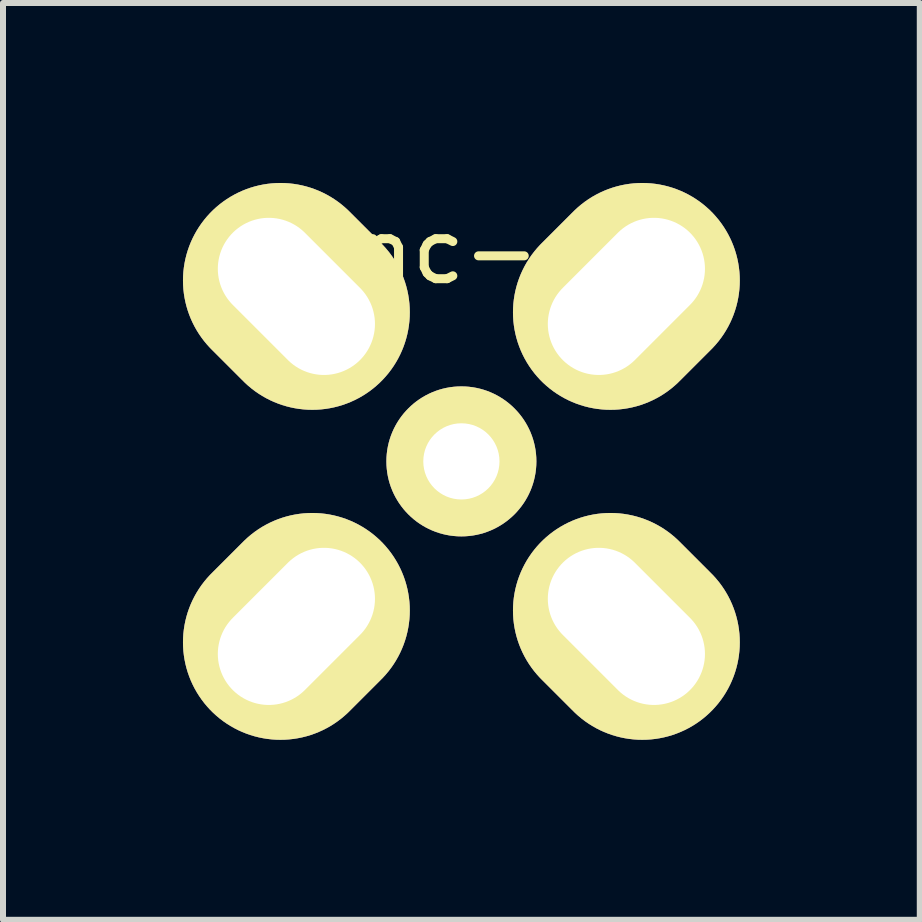
<source format=kicad_pcb>
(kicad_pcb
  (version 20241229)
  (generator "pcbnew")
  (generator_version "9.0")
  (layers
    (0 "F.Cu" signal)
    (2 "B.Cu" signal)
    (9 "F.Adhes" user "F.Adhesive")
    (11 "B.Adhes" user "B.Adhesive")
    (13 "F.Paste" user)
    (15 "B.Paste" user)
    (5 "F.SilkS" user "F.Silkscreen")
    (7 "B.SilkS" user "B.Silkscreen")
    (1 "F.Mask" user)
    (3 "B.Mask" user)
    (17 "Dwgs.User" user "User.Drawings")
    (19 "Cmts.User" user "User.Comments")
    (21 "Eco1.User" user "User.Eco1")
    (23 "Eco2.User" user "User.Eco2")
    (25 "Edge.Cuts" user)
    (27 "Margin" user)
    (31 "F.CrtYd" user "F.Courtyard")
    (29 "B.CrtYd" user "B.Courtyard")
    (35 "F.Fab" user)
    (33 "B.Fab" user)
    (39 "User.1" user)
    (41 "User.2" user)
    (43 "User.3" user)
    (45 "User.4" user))
  (footprint "bnc-ci"
    (layer "F.Cu")
    (at 4.64 4.64)
    (property "Reference" "bnc-ci" (at 0 -3.5 0) (layer "F.SilkS") (effects (font (size 1 1) (thickness 0.15))))
    (attr through_hole)
    (pad "1" thru_hole circle (at 0 0) (size 2.5 2.5) (drill 1.27) (layers "*.Cu" "*.Mask" "F.SilkS"))
    (pad "2" thru_hole oval (at -2.75 -2.75 45) (size 3.25 4) (drill oval 1.7 3) (layers "*.Cu" "*.Mask" "F.SilkS"))
    (pad "2" thru_hole oval (at -2.75 2.75 315) (size 3.25 4) (drill oval 1.7 3) (layers "*.Cu" "*.Mask" "F.SilkS"))
    (pad "2" thru_hole oval (at 2.75 -2.75 315) (size 3.25 4) (drill oval 1.7 3) (layers "*.Cu" "*.Mask" "F.SilkS"))
    (pad "2" thru_hole oval (at 2.75 2.75 45) (size 3.25 4) (drill oval 1.7 3) (layers "*.Cu" "*.Mask" "F.SilkS")))
  (gr_rect
    (start -3 -3)
    (end 12.28 12.28)
    (stroke (width 0.1) (type default))
    (fill no)
    (layer "Edge.Cuts")))
</source>
